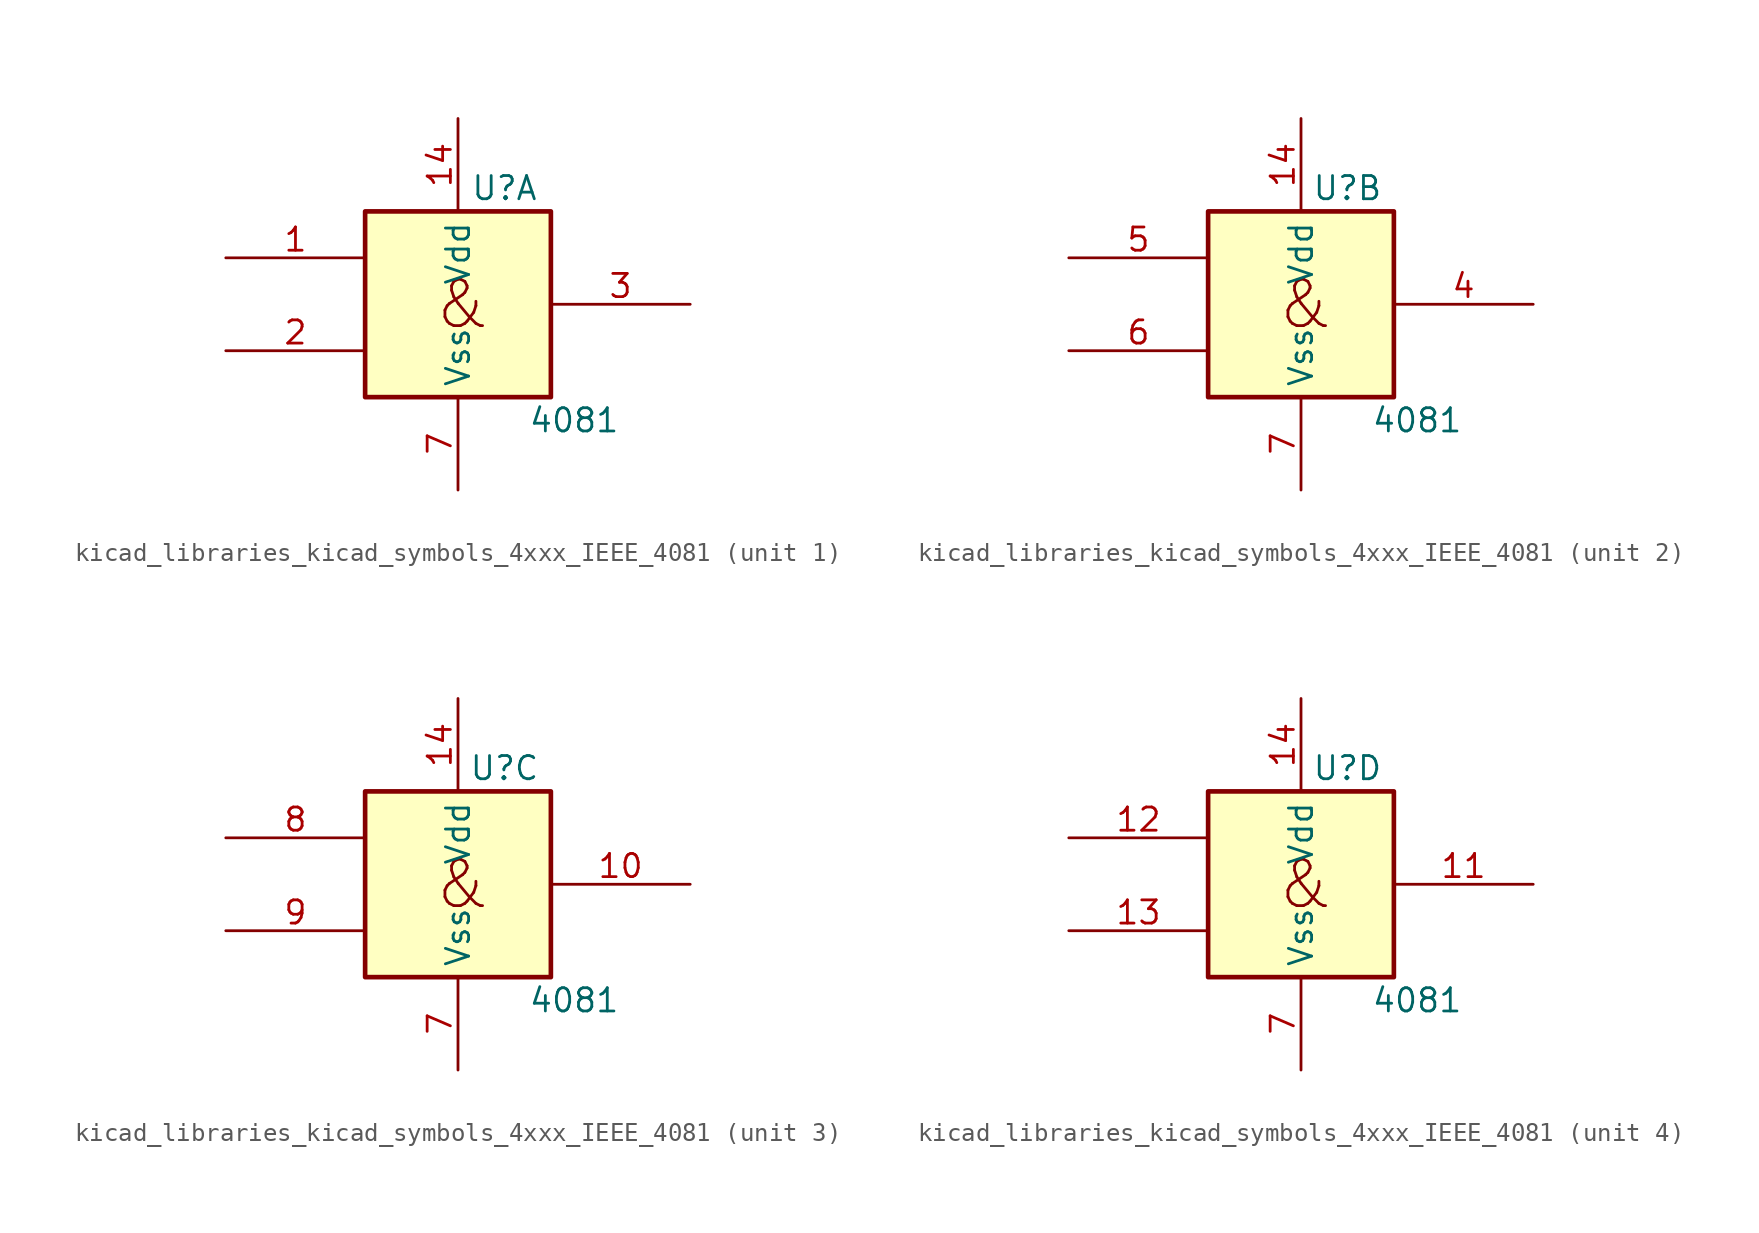
<source format=kicad_sym>
(kicad_symbol_lib
  (version 20220914)
  (generator kicad_symbol_editor)
  (symbol "kicad_libraries_kicad_symbols_4xxx_IEEE_4081"
    (property "Reference" "U"
      (at 2.54 6.35 0)
      (effects (font (size 1.27 1.27))))
    (property "Value" "4081"
      (at 6.35 -6.35 0)
      (effects (font (size 1.27 1.27))))
    (symbol "kicad_libraries_kicad_symbols_4xxx_IEEE_4081_0_0"
      (rectangle (start -5.08 5.08) (end 5.08 -5.08) (stroke (width 0.254) (type default)) (fill (type background)))
      (text "&" (at 0.254 0 0) (effects (font (size 2.54 2.54))))
      (pin power_in line (at 0 10.16 270) (length 5.08) (name "Vdd" (effects (font (size 1.27 1.27)))) (number "14" (effects (font (size 1.27 1.27)))))
      (pin power_in line (at 0 -10.16 90) (length 5.08) (name "Vss" (effects (font (size 1.27 1.27)))) (number "7" (effects (font (size 1.27 1.27))))))
    (symbol "kicad_libraries_kicad_symbols_4xxx_IEEE_4081_1_1"
      (pin input line (at -12.7 2.54 0) (length 7.62) (name "~" (effects (font (size 1.27 1.27)))) (number "1" (effects (font (size 1.27 1.27)))))
      (pin input line (at -12.7 -2.54 0) (length 7.62) (name "~" (effects (font (size 1.27 1.27)))) (number "2" (effects (font (size 1.27 1.27)))))
      (pin output line (at 12.7 0 180) (length 7.62) (name "~" (effects (font (size 1.27 1.27)))) (number "3" (effects (font (size 1.27 1.27))))))
    (symbol "kicad_libraries_kicad_symbols_4xxx_IEEE_4081_2_1"
      (pin output line (at 12.7 0 180) (length 7.62) (name "~" (effects (font (size 1.27 1.27)))) (number "4" (effects (font (size 1.27 1.27)))))
      (pin input line (at -12.7 2.54 0) (length 7.62) (name "~" (effects (font (size 1.27 1.27)))) (number "5" (effects (font (size 1.27 1.27)))))
      (pin input line (at -12.7 -2.54 0) (length 7.62) (name "~" (effects (font (size 1.27 1.27)))) (number "6" (effects (font (size 1.27 1.27))))))
    (symbol "kicad_libraries_kicad_symbols_4xxx_IEEE_4081_3_1"
      (pin output line (at 12.7 0 180) (length 7.62) (name "~" (effects (font (size 1.27 1.27)))) (number "10" (effects (font (size 1.27 1.27)))))
      (pin input line (at -12.7 2.54 0) (length 7.62) (name "~" (effects (font (size 1.27 1.27)))) (number "8" (effects (font (size 1.27 1.27)))))
      (pin input line (at -12.7 -2.54 0) (length 7.62) (name "~" (effects (font (size 1.27 1.27)))) (number "9" (effects (font (size 1.27 1.27))))))
    (symbol "kicad_libraries_kicad_symbols_4xxx_IEEE_4081_4_1"
      (pin output line (at 12.7 0 180) (length 7.62) (name "~" (effects (font (size 1.27 1.27)))) (number "11" (effects (font (size 1.27 1.27)))))
      (pin input line (at -12.7 2.54 0) (length 7.62) (name "~" (effects (font (size 1.27 1.27)))) (number "12" (effects (font (size 1.27 1.27)))))
      (pin input line (at -12.7 -2.54 0) (length 7.62) (name "~" (effects (font (size 1.27 1.27)))) (number "13" (effects (font (size 1.27 1.27))))))))
</source>
